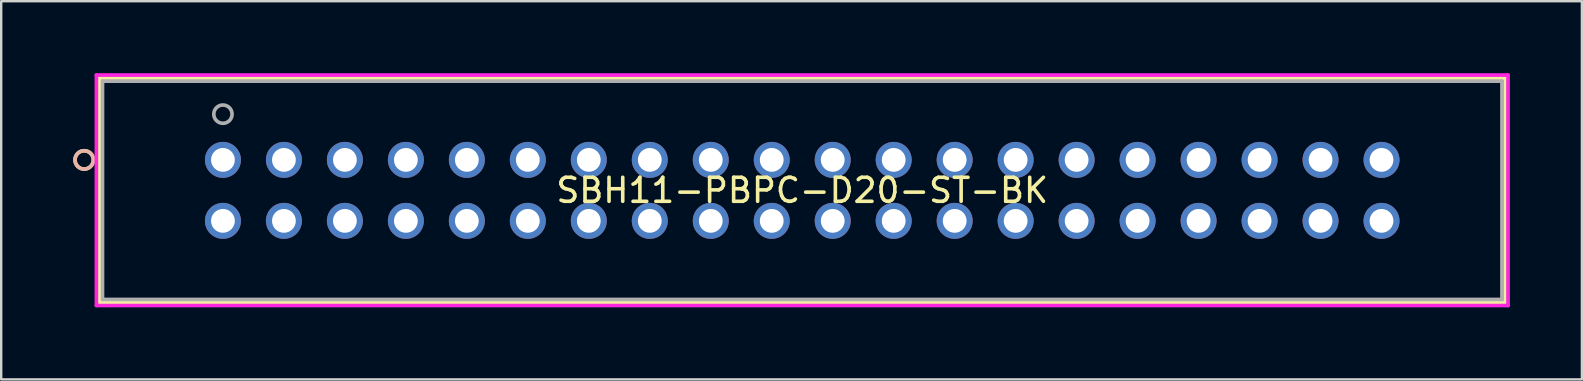
<source format=kicad_pcb>
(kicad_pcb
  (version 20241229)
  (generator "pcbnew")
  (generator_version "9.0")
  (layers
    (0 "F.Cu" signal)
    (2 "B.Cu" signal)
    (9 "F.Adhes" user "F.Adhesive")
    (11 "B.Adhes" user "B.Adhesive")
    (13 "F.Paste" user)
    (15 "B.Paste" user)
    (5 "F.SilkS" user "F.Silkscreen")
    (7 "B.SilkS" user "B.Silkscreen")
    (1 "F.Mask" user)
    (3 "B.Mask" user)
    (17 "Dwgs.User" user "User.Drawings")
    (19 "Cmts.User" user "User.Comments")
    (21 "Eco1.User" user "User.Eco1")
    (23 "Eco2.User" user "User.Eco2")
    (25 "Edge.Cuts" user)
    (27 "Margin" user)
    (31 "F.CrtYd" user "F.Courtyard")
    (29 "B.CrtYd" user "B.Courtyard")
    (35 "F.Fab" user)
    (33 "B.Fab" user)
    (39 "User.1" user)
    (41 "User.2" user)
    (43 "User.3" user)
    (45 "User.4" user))
  (footprint "SBH11-PBPC-D20-ST-BK"
    (layer "F.Cu")
    (at 6.236 3.61)
    (property "Reference" "SBH11-PBPC-D20-ST-BK" (at 24.13 1.27 0) (layer "F.SilkS") (effects (font (size 1 1) (thickness 0.15))))
    (attr through_hole)
    (fp_line (start -5.144 -3.407) (end -5.144 5.94) (stroke (width 0.152) (type solid)) (layer "F.SilkS"))
    (fp_line (start -5.144 5.94) (end 53.404 5.94) (stroke (width 0.152) (type solid)) (layer "F.SilkS"))
    (fp_line (start 53.404 -3.407) (end -5.144 -3.407) (stroke (width 0.152) (type solid)) (layer "F.SilkS"))
    (fp_line (start 53.404 5.94) (end 53.404 -3.407) (stroke (width 0.152) (type solid)) (layer "F.SilkS"))
    (fp_circle (center -5.779 0) (end -5.397 0) (stroke (width 0.152) (type solid)) (fill no) (layer "F.SilkS"))
    (fp_circle (center -5.779 0) (end -5.397 0) (stroke (width 0.152) (type solid)) (fill no) (layer "B.SilkS"))
    (fp_line (start -5.271 -3.534) (end -5.271 6.067) (stroke (width 0.152) (type solid)) (layer "F.CrtYd"))
    (fp_line (start -5.271 6.067) (end 53.531 6.067) (stroke (width 0.152) (type solid)) (layer "F.CrtYd"))
    (fp_line (start 53.531 -3.534) (end -5.271 -3.534) (stroke (width 0.152) (type solid)) (layer "F.CrtYd"))
    (fp_line (start 53.531 6.067) (end 53.531 -3.534) (stroke (width 0.152) (type solid)) (layer "F.CrtYd"))
    (fp_line (start -5.016 -3.28) (end -5.016 5.813) (stroke (width 0.152) (type solid)) (layer "F.Fab"))
    (fp_line (start -5.016 5.813) (end 53.276 5.813) (stroke (width 0.152) (type solid)) (layer "F.Fab"))
    (fp_line (start 53.276 -3.28) (end -5.016 -3.28) (stroke (width 0.152) (type solid)) (layer "F.Fab"))
    (fp_line (start 53.276 5.813) (end 53.276 -3.28) (stroke (width 0.152) (type solid)) (layer "F.Fab"))
    (fp_circle (center 0 -1.905) (end 0.381 -1.905) (stroke (width 0.152) (type solid)) (fill no) (layer "F.Fab"))
    (fp_text user "Copyright 2016 Accelerated Designs. All rights reserved." (at 0 0 0) (layer "Cmts.User") (effects (font (size 0.127 0.127) (thickness 0.002))))
    (pad "1" thru_hole circle (at 0 0) (size 1.499 1.499) (drill 0.991) (layers "*.Cu" "*.Mask"))
    (pad "2" thru_hole circle (at 0 2.54) (size 1.499 1.499) (drill 0.991) (layers "*.Cu" "*.Mask"))
    (pad "3" thru_hole circle (at 2.54 0) (size 1.499 1.499) (drill 0.991) (layers "*.Cu" "*.Mask"))
    (pad "4" thru_hole circle (at 2.54 2.54) (size 1.499 1.499) (drill 0.991) (layers "*.Cu" "*.Mask"))
    (pad "5" thru_hole circle (at 5.08 0) (size 1.499 1.499) (drill 0.991) (layers "*.Cu" "*.Mask"))
    (pad "6" thru_hole circle (at 5.08 2.54) (size 1.499 1.499) (drill 0.991) (layers "*.Cu" "*.Mask"))
    (pad "7" thru_hole circle (at 7.62 0) (size 1.499 1.499) (drill 0.991) (layers "*.Cu" "*.Mask"))
    (pad "8" thru_hole circle (at 7.62 2.54) (size 1.499 1.499) (drill 0.991) (layers "*.Cu" "*.Mask"))
    (pad "9" thru_hole circle (at 10.16 0) (size 1.499 1.499) (drill 0.991) (layers "*.Cu" "*.Mask"))
    (pad "10" thru_hole circle (at 10.16 2.54) (size 1.499 1.499) (drill 0.991) (layers "*.Cu" "*.Mask"))
    (pad "11" thru_hole circle (at 12.7 0) (size 1.499 1.499) (drill 0.991) (layers "*.Cu" "*.Mask"))
    (pad "12" thru_hole circle (at 12.7 2.54) (size 1.499 1.499) (drill 0.991) (layers "*.Cu" "*.Mask"))
    (pad "13" thru_hole circle (at 15.24 0) (size 1.499 1.499) (drill 0.991) (layers "*.Cu" "*.Mask"))
    (pad "14" thru_hole circle (at 15.24 2.54) (size 1.499 1.499) (drill 0.991) (layers "*.Cu" "*.Mask"))
    (pad "15" thru_hole circle (at 17.78 0) (size 1.499 1.499) (drill 0.991) (layers "*.Cu" "*.Mask"))
    (pad "16" thru_hole circle (at 17.78 2.54) (size 1.499 1.499) (drill 0.991) (layers "*.Cu" "*.Mask"))
    (pad "17" thru_hole circle (at 20.32 0) (size 1.499 1.499) (drill 0.991) (layers "*.Cu" "*.Mask"))
    (pad "18" thru_hole circle (at 20.32 2.54) (size 1.499 1.499) (drill 0.991) (layers "*.Cu" "*.Mask"))
    (pad "19" thru_hole circle (at 22.86 0) (size 1.499 1.499) (drill 0.991) (layers "*.Cu" "*.Mask"))
    (pad "20" thru_hole circle (at 22.86 2.54) (size 1.499 1.499) (drill 0.991) (layers "*.Cu" "*.Mask"))
    (pad "21" thru_hole circle (at 25.4 0) (size 1.499 1.499) (drill 0.991) (layers "*.Cu" "*.Mask"))
    (pad "22" thru_hole circle (at 25.4 2.54) (size 1.499 1.499) (drill 0.991) (layers "*.Cu" "*.Mask"))
    (pad "23" thru_hole circle (at 27.94 0) (size 1.499 1.499) (drill 0.991) (layers "*.Cu" "*.Mask"))
    (pad "24" thru_hole circle (at 27.94 2.54) (size 1.499 1.499) (drill 0.991) (layers "*.Cu" "*.Mask"))
    (pad "25" thru_hole circle (at 30.48 0) (size 1.499 1.499) (drill 0.991) (layers "*.Cu" "*.Mask"))
    (pad "26" thru_hole circle (at 30.48 2.54) (size 1.499 1.499) (drill 0.991) (layers "*.Cu" "*.Mask"))
    (pad "27" thru_hole circle (at 33.02 0) (size 1.499 1.499) (drill 0.991) (layers "*.Cu" "*.Mask"))
    (pad "28" thru_hole circle (at 33.02 2.54) (size 1.499 1.499) (drill 0.991) (layers "*.Cu" "*.Mask"))
    (pad "29" thru_hole circle (at 35.56 0) (size 1.499 1.499) (drill 0.991) (layers "*.Cu" "*.Mask"))
    (pad "30" thru_hole circle (at 35.56 2.54) (size 1.499 1.499) (drill 0.991) (layers "*.Cu" "*.Mask"))
    (pad "31" thru_hole circle (at 38.1 0) (size 1.499 1.499) (drill 0.991) (layers "*.Cu" "*.Mask"))
    (pad "32" thru_hole circle (at 38.1 2.54) (size 1.499 1.499) (drill 0.991) (layers "*.Cu" "*.Mask"))
    (pad "33" thru_hole circle (at 40.64 0) (size 1.499 1.499) (drill 0.991) (layers "*.Cu" "*.Mask"))
    (pad "34" thru_hole circle (at 40.64 2.54) (size 1.499 1.499) (drill 0.991) (layers "*.Cu" "*.Mask"))
    (pad "35" thru_hole circle (at 43.18 0) (size 1.499 1.499) (drill 0.991) (layers "*.Cu" "*.Mask"))
    (pad "36" thru_hole circle (at 43.18 2.54) (size 1.499 1.499) (drill 0.991) (layers "*.Cu" "*.Mask"))
    (pad "37" thru_hole circle (at 45.72 0) (size 1.499 1.499) (drill 0.991) (layers "*.Cu" "*.Mask"))
    (pad "38" thru_hole circle (at 45.72 2.54) (size 1.499 1.499) (drill 0.991) (layers "*.Cu" "*.Mask"))
    (pad "39" thru_hole circle (at 48.26 0) (size 1.499 1.499) (drill 0.991) (layers "*.Cu" "*.Mask"))
    (pad "40" thru_hole circle (at 48.26 2.54) (size 1.499 1.499) (drill 0.991) (layers "*.Cu" "*.Mask")))
  (gr_rect
    (start -3 -3)
    (end 62.842 12.754)
    (stroke (width 0.1) (type default))
    (fill no)
    (layer "Edge.Cuts")))
</source>
